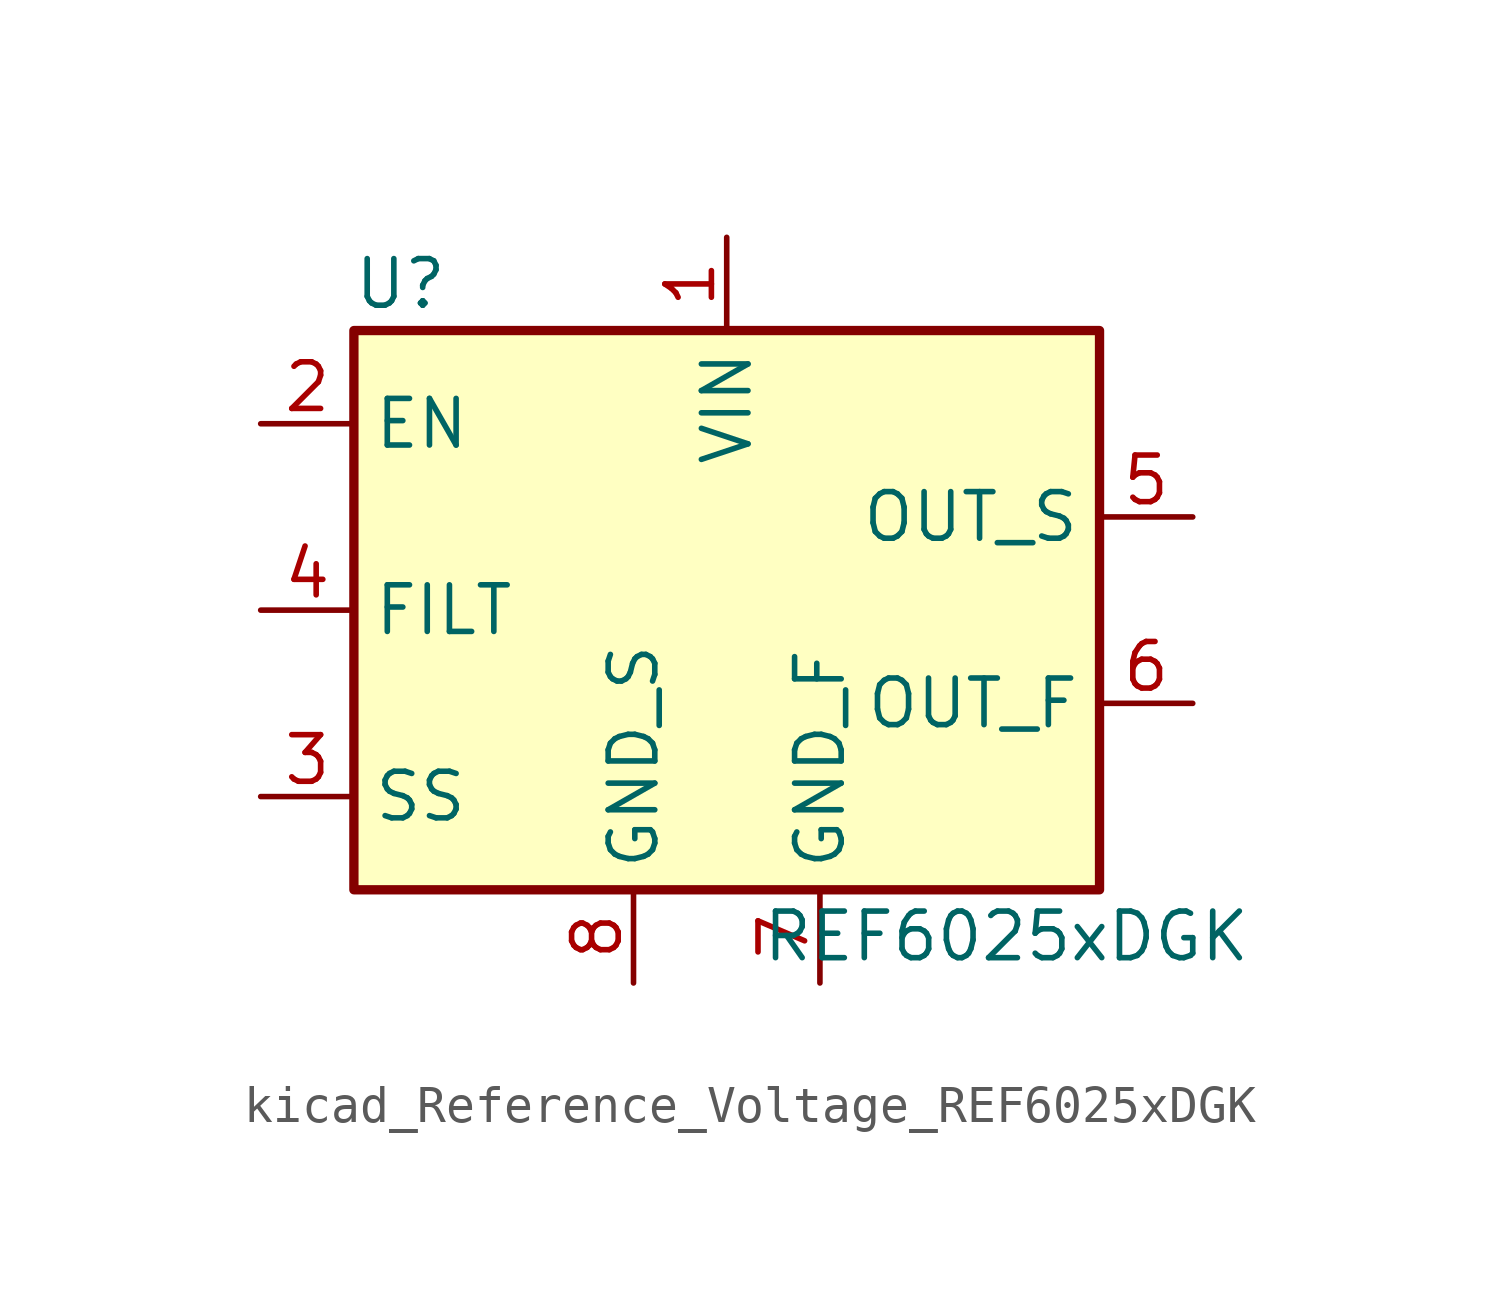
<source format=kicad_sym>
(kicad_symbol_lib
  (version 20220914)
  (generator kicad_symbol_editor)
  (symbol "kicad_Reference_Voltage_REF6025xDGK"
    (property "Reference" "U"
      (at -8.89 8.89 0)
      (effects (font (size 1.27 1.27))))
    (property "Value" "REF6025xDGK"
      (at 7.62 -8.89 0)
      (effects (font (size 1.27 1.27))))
    (symbol "kicad_Reference_Voltage_REF6025xDGK_0_1"
      (rectangle (start -10.16 7.62) (end 10.16 -7.62) (stroke (width 0.254) (type default)) (fill (type background))))
    (symbol "kicad_Reference_Voltage_REF6025xDGK_1_1"
      (pin power_in line (at 0 10.16 270) (length 2.54) (name "VIN" (effects (font (size 1.27 1.27)))) (number "1" (effects (font (size 1.27 1.27)))))
      (pin input line (at -12.7 5.08 0) (length 2.54) (name "EN" (effects (font (size 1.27 1.27)))) (number "2" (effects (font (size 1.27 1.27)))))
      (pin passive line (at -12.7 -5.08 0) (length 2.54) (name "SS" (effects (font (size 1.27 1.27)))) (number "3" (effects (font (size 1.27 1.27)))))
      (pin passive line (at -12.7 0 0) (length 2.54) (name "FILT" (effects (font (size 1.27 1.27)))) (number "4" (effects (font (size 1.27 1.27)))))
      (pin input line (at 12.7 2.54 180) (length 2.54) (name "OUT_S" (effects (font (size 1.27 1.27)))) (number "5" (effects (font (size 1.27 1.27)))))
      (pin output line (at 12.7 -2.54 180) (length 2.54) (name "OUT_F" (effects (font (size 1.27 1.27)))) (number "6" (effects (font (size 1.27 1.27)))))
      (pin power_in line (at 2.54 -10.16 90) (length 2.54) (name "GND_F" (effects (font (size 1.27 1.27)))) (number "7" (effects (font (size 1.27 1.27)))))
      (pin power_in line (at -2.54 -10.16 90) (length 2.54) (name "GND_S" (effects (font (size 1.27 1.27)))) (number "8" (effects (font (size 1.27 1.27))))))))
</source>
